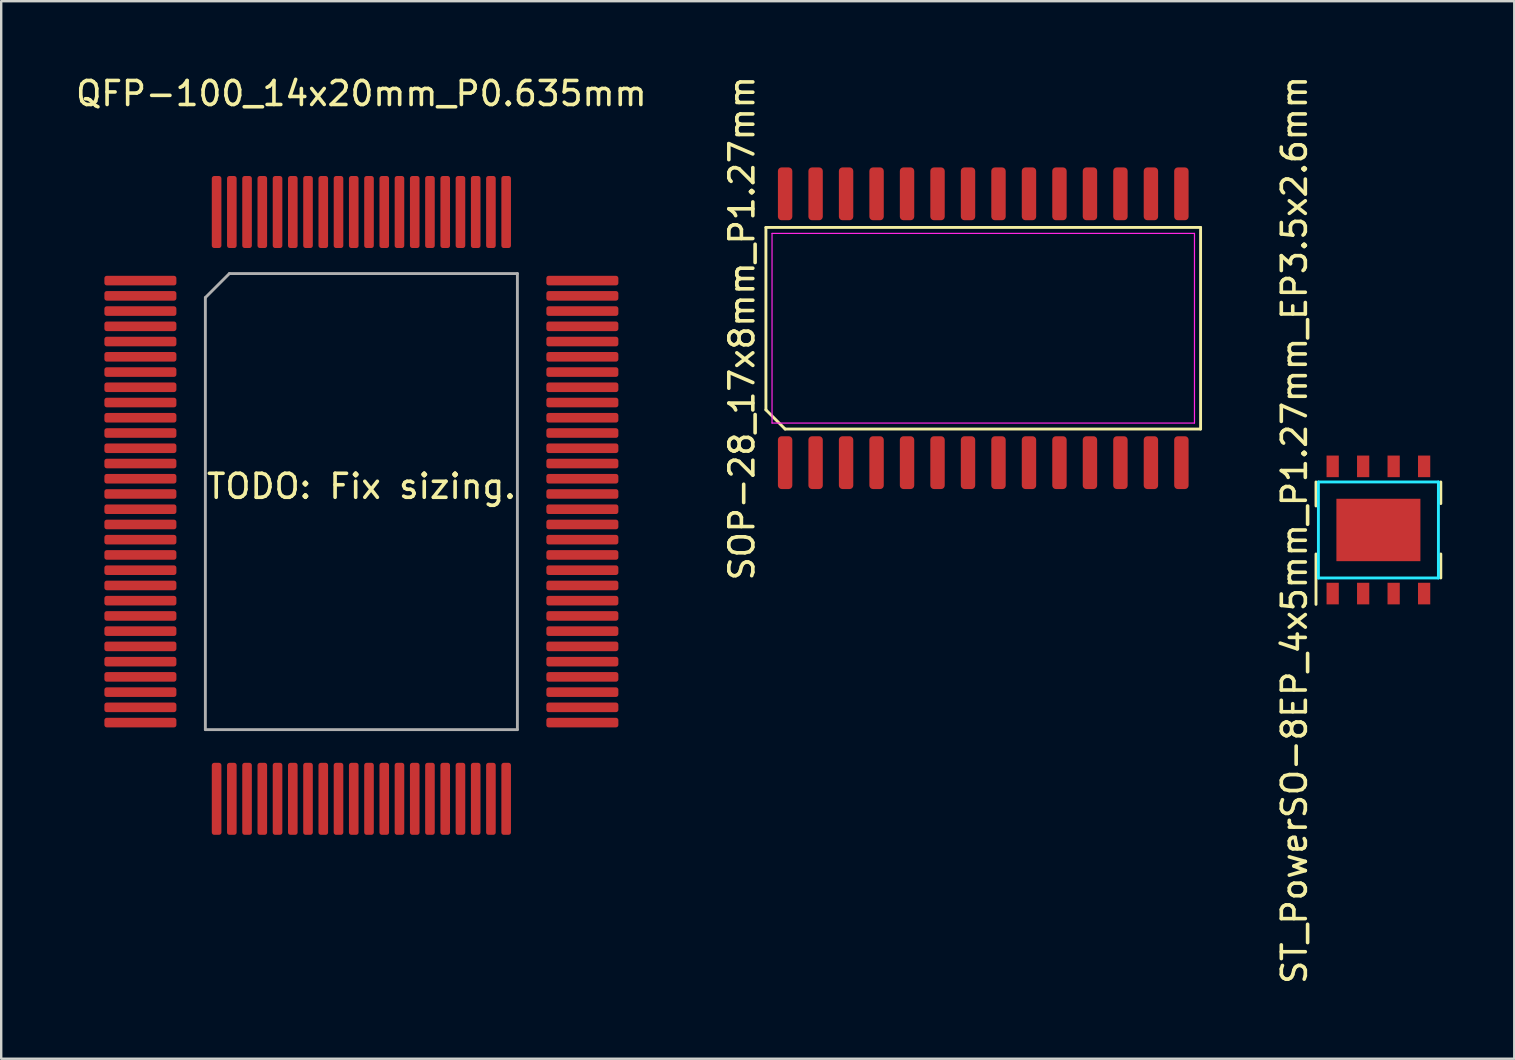
<source format=kicad_pcb>
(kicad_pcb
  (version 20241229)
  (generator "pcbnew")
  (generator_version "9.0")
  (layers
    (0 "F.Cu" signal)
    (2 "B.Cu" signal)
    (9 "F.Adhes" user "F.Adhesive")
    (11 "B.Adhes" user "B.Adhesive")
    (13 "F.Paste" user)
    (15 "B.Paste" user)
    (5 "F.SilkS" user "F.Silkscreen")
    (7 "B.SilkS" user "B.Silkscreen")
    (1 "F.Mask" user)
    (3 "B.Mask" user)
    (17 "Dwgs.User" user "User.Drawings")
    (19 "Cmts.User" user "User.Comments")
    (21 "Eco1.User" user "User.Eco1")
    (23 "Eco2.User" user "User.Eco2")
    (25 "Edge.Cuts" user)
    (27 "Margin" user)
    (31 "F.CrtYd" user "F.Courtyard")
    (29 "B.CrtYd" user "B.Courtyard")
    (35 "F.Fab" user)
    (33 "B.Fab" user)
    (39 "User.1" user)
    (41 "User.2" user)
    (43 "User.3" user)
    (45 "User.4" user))
  (footprint "ST_PowerSO-8EP_4x5mm_P1.27mm_EP3.5x2.6mm"
    (layer "F.Cu")
    (at 54.378 19.03)
    (property "Reference" "ST_PowerSO-8EP_4x5mm_P1.27mm_EP3.5x2.6mm" (at -3.5 0 90) (layer "F.SilkS") (effects (font (size 1 1) (thickness 0.15))))
    (attr through_hole)
    (fp_line (start -2.6 -2) (end -2.6 -1) (stroke (width 0.12) (type solid)) (layer "F.SilkS"))
    (fp_line (start -2.6 3.1) (end -2.6 1) (stroke (width 0.12) (type solid)) (layer "F.SilkS"))
    (fp_line (start 2.6 -2) (end 2.6 -1.1) (stroke (width 0.12) (type solid)) (layer "F.SilkS"))
    (fp_line (start 2.6 2) (end 2.6 1) (stroke (width 0.12) (type solid)) (layer "F.SilkS"))
    (fp_line (start -2.5 -2) (end -2.5 2) (stroke (width 0.12) (type solid)) (layer "B.CrtYd"))
    (fp_line (start -2.5 2) (end 2.5 2) (stroke (width 0.12) (type solid)) (layer "B.CrtYd"))
    (fp_line (start 2.5 -2) (end -2.5 -2) (stroke (width 0.12) (type solid)) (layer "B.CrtYd"))
    (fp_line (start 2.5 2) (end 2.5 -2) (stroke (width 0.12) (type solid)) (layer "B.CrtYd"))
    (pad "1" smd rect (at -1.905 2.65) (size 0.51 0.9) (layers "F.Cu" "F.Mask" "F.Paste"))
    (pad "2" smd rect (at -0.635 2.65) (size 0.51 0.9) (layers "F.Cu" "F.Mask" "F.Paste"))
    (pad "3" smd rect (at 0.635 2.65) (size 0.51 0.9) (layers "F.Cu" "F.Mask" "F.Paste"))
    (pad "4" smd rect (at 1.905 2.65) (size 0.51 0.9) (layers "F.Cu" "F.Mask" "F.Paste"))
    (pad "5" smd rect (at 1.905 -2.65) (size 0.51 0.9) (layers "F.Cu" "F.Mask" "F.Paste"))
    (pad "6" smd rect (at 0.635 -2.65) (size 0.51 0.9) (layers "F.Cu" "F.Mask" "F.Paste"))
    (pad "7" smd rect (at -0.635 -2.65) (size 0.51 0.9) (layers "F.Cu" "F.Mask" "F.Paste"))
    (pad "8" smd rect (at -1.905 -2.65) (size 0.51 0.9) (layers "F.Cu" "F.Mask" "F.Paste"))
    (pad "E" smd rect (at 0 0) (size 3.5 2.6) (layers "F.Cu" "F.Mask" "F.Paste")))
  (footprint "QFP-100_14x20mm_P0.635mm"
    (layer "F.Cu")
    (at 12.006 17.848)
    (property "Reference" "QFP-100_14x20mm_P0.635mm" (at 0 -17 0) (layer "F.SilkS") (effects (font (size 1 1) (thickness 0.15))))
    (attr through_hole)
    (fp_line (start -6.5 -8.5) (end -5.5 -9.5) (stroke (width 0.12) (type solid)) (layer "F.Fab"))
    (fp_line (start -6.5 9.5) (end -6.5 -8.5) (stroke (width 0.12) (type solid)) (layer "F.Fab"))
    (fp_line (start -5.5 -9.5) (end 6.5 -9.5) (stroke (width 0.12) (type solid)) (layer "F.Fab"))
    (fp_line (start 6.5 -9.5) (end 6.5 9.5) (stroke (width 0.12) (type solid)) (layer "F.Fab"))
    (fp_line (start 6.5 9.5) (end -6.5 9.5) (stroke (width 0.12) (type solid)) (layer "F.Fab"))
    (fp_text user "TODO: Fix sizing." (at 0 -0.635 0) (layer "F.SilkS") (effects (font (size 1 1) (thickness 0.15))))
    (pad "1" smd roundrect (at -9.207 -9.207) (size 3 0.4) (layers "F.Cu" "F.Mask" "F.Paste") (roundrect_rratio 0.25))
    (pad "2" smd roundrect (at -9.207 -8.572) (size 3 0.4) (layers "F.Cu" "F.Mask" "F.Paste") (roundrect_rratio 0.25))
    (pad "3" smd roundrect (at -9.207 -7.938) (size 3 0.4) (layers "F.Cu" "F.Mask" "F.Paste") (roundrect_rratio 0.25))
    (pad "4" smd roundrect (at -9.207 -7.303) (size 3 0.4) (layers "F.Cu" "F.Mask" "F.Paste") (roundrect_rratio 0.25))
    (pad "5" smd roundrect (at -9.207 -6.668) (size 3 0.4) (layers "F.Cu" "F.Mask" "F.Paste") (roundrect_rratio 0.25))
    (pad "6" smd roundrect (at -9.207 -6.032) (size 3 0.4) (layers "F.Cu" "F.Mask" "F.Paste") (roundrect_rratio 0.25))
    (pad "7" smd roundrect (at -9.207 -5.397) (size 3 0.4) (layers "F.Cu" "F.Mask" "F.Paste") (roundrect_rratio 0.25))
    (pad "8" smd roundrect (at -9.207 -4.763) (size 3 0.4) (layers "F.Cu" "F.Mask" "F.Paste") (roundrect_rratio 0.25))
    (pad "9" smd roundrect (at -9.207 -4.128) (size 3 0.4) (layers "F.Cu" "F.Mask" "F.Paste") (roundrect_rratio 0.25))
    (pad "10" smd roundrect (at -9.207 -3.493) (size 3 0.4) (layers "F.Cu" "F.Mask" "F.Paste") (roundrect_rratio 0.25))
    (pad "11" smd roundrect (at -9.207 -2.857) (size 3 0.4) (layers "F.Cu" "F.Mask" "F.Paste") (roundrect_rratio 0.25))
    (pad "12" smd roundrect (at -9.207 -2.223) (size 3 0.4) (layers "F.Cu" "F.Mask" "F.Paste") (roundrect_rratio 0.25))
    (pad "13" smd roundrect (at -9.207 -1.587) (size 3 0.4) (layers "F.Cu" "F.Mask" "F.Paste") (roundrect_rratio 0.25))
    (pad "14" smd roundrect (at -9.207 -0.953) (size 3 0.4) (layers "F.Cu" "F.Mask" "F.Paste") (roundrect_rratio 0.25))
    (pad "15" smd roundrect (at -9.207 -0.318) (size 3 0.4) (layers "F.Cu" "F.Mask" "F.Paste") (roundrect_rratio 0.25))
    (pad "16" smd roundrect (at -9.207 0.318) (size 3 0.4) (layers "F.Cu" "F.Mask" "F.Paste") (roundrect_rratio 0.25))
    (pad "17" smd roundrect (at -9.207 0.953) (size 3 0.4) (layers "F.Cu" "F.Mask" "F.Paste") (roundrect_rratio 0.25))
    (pad "18" smd roundrect (at -9.207 1.587) (size 3 0.4) (layers "F.Cu" "F.Mask" "F.Paste") (roundrect_rratio 0.25))
    (pad "19" smd roundrect (at -9.207 2.223) (size 3 0.4) (layers "F.Cu" "F.Mask" "F.Paste") (roundrect_rratio 0.25))
    (pad "20" smd roundrect (at -9.207 2.857) (size 3 0.4) (layers "F.Cu" "F.Mask" "F.Paste") (roundrect_rratio 0.25))
    (pad "21" smd roundrect (at -9.207 3.493) (size 3 0.4) (layers "F.Cu" "F.Mask" "F.Paste") (roundrect_rratio 0.25))
    (pad "22" smd roundrect (at -9.207 4.128) (size 3 0.4) (layers "F.Cu" "F.Mask" "F.Paste") (roundrect_rratio 0.25))
    (pad "23" smd roundrect (at -9.207 4.763) (size 3 0.4) (layers "F.Cu" "F.Mask" "F.Paste") (roundrect_rratio 0.25))
    (pad "24" smd roundrect (at -9.207 5.397) (size 3 0.4) (layers "F.Cu" "F.Mask" "F.Paste") (roundrect_rratio 0.25))
    (pad "25" smd roundrect (at -9.207 6.032) (size 3 0.4) (layers "F.Cu" "F.Mask" "F.Paste") (roundrect_rratio 0.25))
    (pad "26" smd roundrect (at -9.207 6.668) (size 3 0.4) (layers "F.Cu" "F.Mask" "F.Paste") (roundrect_rratio 0.25))
    (pad "27" smd roundrect (at -9.207 7.303) (size 3 0.4) (layers "F.Cu" "F.Mask" "F.Paste") (roundrect_rratio 0.25))
    (pad "28" smd roundrect (at -9.207 7.938) (size 3 0.4) (layers "F.Cu" "F.Mask" "F.Paste") (roundrect_rratio 0.25))
    (pad "29" smd roundrect (at -9.207 8.572) (size 3 0.4) (layers "F.Cu" "F.Mask" "F.Paste") (roundrect_rratio 0.25))
    (pad "30" smd roundrect (at -9.207 9.207) (size 3 0.4) (layers "F.Cu" "F.Mask" "F.Paste") (roundrect_rratio 0.25))
    (pad "31" smd roundrect (at -6.032 12.383) (size 0.4 3) (layers "F.Cu" "F.Mask" "F.Paste") (roundrect_rratio 0.25))
    (pad "32" smd roundrect (at -5.397 12.383) (size 0.4 3) (layers "F.Cu" "F.Mask" "F.Paste") (roundrect_rratio 0.25))
    (pad "33" smd roundrect (at -4.763 12.383) (size 0.4 3) (layers "F.Cu" "F.Mask" "F.Paste") (roundrect_rratio 0.25))
    (pad "34" smd roundrect (at -4.128 12.383) (size 0.4 3) (layers "F.Cu" "F.Mask" "F.Paste") (roundrect_rratio 0.25))
    (pad "35" smd roundrect (at -3.493 12.383) (size 0.4 3) (layers "F.Cu" "F.Mask" "F.Paste") (roundrect_rratio 0.25))
    (pad "36" smd roundrect (at -2.857 12.383) (size 0.4 3) (layers "F.Cu" "F.Mask" "F.Paste") (roundrect_rratio 0.25))
    (pad "37" smd roundrect (at -2.223 12.383) (size 0.4 3) (layers "F.Cu" "F.Mask" "F.Paste") (roundrect_rratio 0.25))
    (pad "38" smd roundrect (at -1.587 12.383) (size 0.4 3) (layers "F.Cu" "F.Mask" "F.Paste") (roundrect_rratio 0.25))
    (pad "39" smd roundrect (at -0.953 12.383) (size 0.4 3) (layers "F.Cu" "F.Mask" "F.Paste") (roundrect_rratio 0.25))
    (pad "40" smd roundrect (at -0.318 12.383) (size 0.4 3) (layers "F.Cu" "F.Mask" "F.Paste") (roundrect_rratio 0.25))
    (pad "41" smd roundrect (at 0.318 12.383) (size 0.4 3) (layers "F.Cu" "F.Mask" "F.Paste") (roundrect_rratio 0.25))
    (pad "42" smd roundrect (at 0.953 12.383) (size 0.4 3) (layers "F.Cu" "F.Mask" "F.Paste") (roundrect_rratio 0.25))
    (pad "43" smd roundrect (at 1.587 12.383) (size 0.4 3) (layers "F.Cu" "F.Mask" "F.Paste") (roundrect_rratio 0.25))
    (pad "44" smd roundrect (at 2.223 12.383) (size 0.4 3) (layers "F.Cu" "F.Mask" "F.Paste") (roundrect_rratio 0.25))
    (pad "45" smd roundrect (at 2.857 12.383) (size 0.4 3) (layers "F.Cu" "F.Mask" "F.Paste") (roundrect_rratio 0.25))
    (pad "46" smd roundrect (at 3.493 12.383) (size 0.4 3) (layers "F.Cu" "F.Mask" "F.Paste") (roundrect_rratio 0.25))
    (pad "47" smd roundrect (at 4.128 12.383) (size 0.4 3) (layers "F.Cu" "F.Mask" "F.Paste") (roundrect_rratio 0.25))
    (pad "48" smd roundrect (at 4.763 12.383) (size 0.4 3) (layers "F.Cu" "F.Mask" "F.Paste") (roundrect_rratio 0.25))
    (pad "49" smd roundrect (at 5.397 12.383) (size 0.4 3) (layers "F.Cu" "F.Mask" "F.Paste") (roundrect_rratio 0.25))
    (pad "50" smd roundrect (at 6.032 12.383) (size 0.4 3) (layers "F.Cu" "F.Mask" "F.Paste") (roundrect_rratio 0.25))
    (pad "51" smd roundrect (at 9.207 9.207) (size 3 0.4) (layers "F.Cu" "F.Mask" "F.Paste") (roundrect_rratio 0.25))
    (pad "52" smd roundrect (at 9.207 8.572) (size 3 0.4) (layers "F.Cu" "F.Mask" "F.Paste") (roundrect_rratio 0.25))
    (pad "53" smd roundrect (at 9.207 7.938) (size 3 0.4) (layers "F.Cu" "F.Mask" "F.Paste") (roundrect_rratio 0.25))
    (pad "54" smd roundrect (at 9.207 7.303) (size 3 0.4) (layers "F.Cu" "F.Mask" "F.Paste") (roundrect_rratio 0.25))
    (pad "55" smd roundrect (at 9.207 6.668) (size 3 0.4) (layers "F.Cu" "F.Mask" "F.Paste") (roundrect_rratio 0.25))
    (pad "56" smd roundrect (at 9.207 6.032) (size 3 0.4) (layers "F.Cu" "F.Mask" "F.Paste") (roundrect_rratio 0.25))
    (pad "57" smd roundrect (at 9.207 5.397) (size 3 0.4) (layers "F.Cu" "F.Mask" "F.Paste") (roundrect_rratio 0.25))
    (pad "58" smd roundrect (at 9.207 4.763) (size 3 0.4) (layers "F.Cu" "F.Mask" "F.Paste") (roundrect_rratio 0.25))
    (pad "59" smd roundrect (at 9.207 4.128) (size 3 0.4) (layers "F.Cu" "F.Mask" "F.Paste") (roundrect_rratio 0.25))
    (pad "60" smd roundrect (at 9.207 3.493) (size 3 0.4) (layers "F.Cu" "F.Mask" "F.Paste") (roundrect_rratio 0.25))
    (pad "61" smd roundrect (at 9.207 2.857) (size 3 0.4) (layers "F.Cu" "F.Mask" "F.Paste") (roundrect_rratio 0.25))
    (pad "62" smd roundrect (at 9.207 2.223) (size 3 0.4) (layers "F.Cu" "F.Mask" "F.Paste") (roundrect_rratio 0.25))
    (pad "63" smd roundrect (at 9.207 1.587) (size 3 0.4) (layers "F.Cu" "F.Mask" "F.Paste") (roundrect_rratio 0.25))
    (pad "64" smd roundrect (at 9.207 0.953) (size 3 0.4) (layers "F.Cu" "F.Mask" "F.Paste") (roundrect_rratio 0.25))
    (pad "65" smd roundrect (at 9.207 0.318) (size 3 0.4) (layers "F.Cu" "F.Mask" "F.Paste") (roundrect_rratio 0.25))
    (pad "66" smd roundrect (at 9.207 -0.318) (size 3 0.4) (layers "F.Cu" "F.Mask" "F.Paste") (roundrect_rratio 0.25))
    (pad "67" smd roundrect (at 9.207 -0.953) (size 3 0.4) (layers "F.Cu" "F.Mask" "F.Paste") (roundrect_rratio 0.25))
    (pad "68" smd roundrect (at 9.207 -1.587) (size 3 0.4) (layers "F.Cu" "F.Mask" "F.Paste") (roundrect_rratio 0.25))
    (pad "69" smd roundrect (at 9.207 -2.223) (size 3 0.4) (layers "F.Cu" "F.Mask" "F.Paste") (roundrect_rratio 0.25))
    (pad "70" smd roundrect (at 9.207 -2.857) (size 3 0.4) (layers "F.Cu" "F.Mask" "F.Paste") (roundrect_rratio 0.25))
    (pad "71" smd roundrect (at 9.207 -3.493) (size 3 0.4) (layers "F.Cu" "F.Mask" "F.Paste") (roundrect_rratio 0.25))
    (pad "72" smd roundrect (at 9.207 -4.128) (size 3 0.4) (layers "F.Cu" "F.Mask" "F.Paste") (roundrect_rratio 0.25))
    (pad "73" smd roundrect (at 9.207 -4.763) (size 3 0.4) (layers "F.Cu" "F.Mask" "F.Paste") (roundrect_rratio 0.25))
    (pad "74" smd roundrect (at 9.207 -5.397) (size 3 0.4) (layers "F.Cu" "F.Mask" "F.Paste") (roundrect_rratio 0.25))
    (pad "75" smd roundrect (at 9.207 -6.032) (size 3 0.4) (layers "F.Cu" "F.Mask" "F.Paste") (roundrect_rratio 0.25))
    (pad "76" smd roundrect (at 9.207 -6.668) (size 3 0.4) (layers "F.Cu" "F.Mask" "F.Paste") (roundrect_rratio 0.25))
    (pad "77" smd roundrect (at 9.207 -7.303) (size 3 0.4) (layers "F.Cu" "F.Mask" "F.Paste") (roundrect_rratio 0.25))
    (pad "78" smd roundrect (at 9.207 -7.938) (size 3 0.4) (layers "F.Cu" "F.Mask" "F.Paste") (roundrect_rratio 0.25))
    (pad "79" smd roundrect (at 9.207 -8.572) (size 3 0.4) (layers "F.Cu" "F.Mask" "F.Paste") (roundrect_rratio 0.25))
    (pad "80" smd roundrect (at 9.207 -9.207) (size 3 0.4) (layers "F.Cu" "F.Mask" "F.Paste") (roundrect_rratio 0.25))
    (pad "81" smd roundrect (at 6.032 -12.065) (size 0.4 3) (layers "F.Cu" "F.Mask" "F.Paste") (roundrect_rratio 0.25))
    (pad "82" smd roundrect (at 5.397 -12.065) (size 0.4 3) (layers "F.Cu" "F.Mask" "F.Paste") (roundrect_rratio 0.25))
    (pad "83" smd roundrect (at 4.763 -12.065) (size 0.4 3) (layers "F.Cu" "F.Mask" "F.Paste") (roundrect_rratio 0.25))
    (pad "84" smd roundrect (at 4.128 -12.065) (size 0.4 3) (layers "F.Cu" "F.Mask" "F.Paste") (roundrect_rratio 0.25))
    (pad "85" smd roundrect (at 3.493 -12.065) (size 0.4 3) (layers "F.Cu" "F.Mask" "F.Paste") (roundrect_rratio 0.25))
    (pad "86" smd roundrect (at 2.857 -12.065) (size 0.4 3) (layers "F.Cu" "F.Mask" "F.Paste") (roundrect_rratio 0.25))
    (pad "87" smd roundrect (at 2.223 -12.065) (size 0.4 3) (layers "F.Cu" "F.Mask" "F.Paste") (roundrect_rratio 0.25))
    (pad "88" smd roundrect (at 1.587 -12.065) (size 0.4 3) (layers "F.Cu" "F.Mask" "F.Paste") (roundrect_rratio 0.25))
    (pad "89" smd roundrect (at 0.953 -12.065) (size 0.4 3) (layers "F.Cu" "F.Mask" "F.Paste") (roundrect_rratio 0.25))
    (pad "90" smd roundrect (at 0.318 -12.065) (size 0.4 3) (layers "F.Cu" "F.Mask" "F.Paste") (roundrect_rratio 0.25))
    (pad "91" smd roundrect (at -0.318 -12.065) (size 0.4 3) (layers "F.Cu" "F.Mask" "F.Paste") (roundrect_rratio 0.25))
    (pad "92" smd roundrect (at -0.953 -12.065) (size 0.4 3) (layers "F.Cu" "F.Mask" "F.Paste") (roundrect_rratio 0.25))
    (pad "93" smd roundrect (at -1.587 -12.065) (size 0.4 3) (layers "F.Cu" "F.Mask" "F.Paste") (roundrect_rratio 0.25))
    (pad "94" smd roundrect (at -2.223 -12.065) (size 0.4 3) (layers "F.Cu" "F.Mask" "F.Paste") (roundrect_rratio 0.25))
    (pad "95" smd roundrect (at -2.857 -12.065) (size 0.4 3) (layers "F.Cu" "F.Mask" "F.Paste") (roundrect_rratio 0.25))
    (pad "96" smd roundrect (at -3.493 -12.065) (size 0.4 3) (layers "F.Cu" "F.Mask" "F.Paste") (roundrect_rratio 0.25))
    (pad "97" smd roundrect (at -4.128 -12.065) (size 0.4 3) (layers "F.Cu" "F.Mask" "F.Paste") (roundrect_rratio 0.25))
    (pad "98" smd roundrect (at -4.763 -12.065) (size 0.4 3) (layers "F.Cu" "F.Mask" "F.Paste") (roundrect_rratio 0.25))
    (pad "99" smd roundrect (at -5.397 -12.065) (size 0.4 3) (layers "F.Cu" "F.Mask" "F.Paste") (roundrect_rratio 0.25))
    (pad "100" smd roundrect (at -6.032 -12.065) (size 0.4 3) (layers "F.Cu" "F.Mask" "F.Paste") (roundrect_rratio 0.25)))
  (footprint "SOP-28_17x8mm_P1.27mm"
    (layer "F.Cu")
    (at 37.915 10.625)
    (property "Reference" "SOP-28_17x8mm_P1.27mm" (at -10.055 0 90) (layer "F.SilkS") (effects (font (size 1 1) (thickness 0.15))))
    (attr smd)
    (fp_line (start -9.055 -4.2) (end 9.055 -4.2) (stroke (width 0.12) (type solid)) (layer "F.SilkS"))
    (fp_line (start -9.055 3.4) (end -9.055 -4.2) (stroke (width 0.12) (type solid)) (layer "F.SilkS"))
    (fp_line (start -8.255 4.2) (end -9.055 3.4) (stroke (width 0.12) (type solid)) (layer "F.SilkS"))
    (fp_line (start 9.055 -4.2) (end 9.055 4.2) (stroke (width 0.12) (type solid)) (layer "F.SilkS"))
    (fp_line (start 9.055 4.2) (end -8.255 4.2) (stroke (width 0.12) (type solid)) (layer "F.SilkS"))
    (fp_line (start -8.8 -3.95) (end 8.8 -3.95) (stroke (width 0.05) (type solid)) (layer "F.CrtYd"))
    (fp_line (start -8.8 3.95) (end -8.8 -3.95) (stroke (width 0.05) (type solid)) (layer "F.CrtYd"))
    (fp_line (start 8.8 -3.95) (end 8.8 3.95) (stroke (width 0.05) (type solid)) (layer "F.CrtYd"))
    (fp_line (start 8.8 3.95) (end -8.8 3.95) (stroke (width 0.05) (type solid)) (layer "F.CrtYd"))
    (pad "1" smd roundrect (at -8.255 5.6) (size 0.6 2.2) (layers "F.Cu" "F.Mask" "F.Paste") (roundrect_rratio 0.25))
    (pad "2" smd roundrect (at -6.985 5.6) (size 0.6 2.2) (layers "F.Cu" "F.Mask" "F.Paste") (roundrect_rratio 0.25))
    (pad "3" smd roundrect (at -5.715 5.6) (size 0.6 2.2) (layers "F.Cu" "F.Mask" "F.Paste") (roundrect_rratio 0.25))
    (pad "4" smd roundrect (at -4.445 5.6) (size 0.6 2.2) (layers "F.Cu" "F.Mask" "F.Paste") (roundrect_rratio 0.25))
    (pad "5" smd roundrect (at -3.175 5.6) (size 0.6 2.2) (layers "F.Cu" "F.Mask" "F.Paste") (roundrect_rratio 0.25))
    (pad "6" smd roundrect (at -1.905 5.6) (size 0.6 2.2) (layers "F.Cu" "F.Mask" "F.Paste") (roundrect_rratio 0.25))
    (pad "7" smd roundrect (at -0.635 5.6) (size 0.6 2.2) (layers "F.Cu" "F.Mask" "F.Paste") (roundrect_rratio 0.25))
    (pad "8" smd roundrect (at 0.635 5.6) (size 0.6 2.2) (layers "F.Cu" "F.Mask" "F.Paste") (roundrect_rratio 0.25))
    (pad "9" smd roundrect (at 1.905 5.6) (size 0.6 2.2) (layers "F.Cu" "F.Mask" "F.Paste") (roundrect_rratio 0.25))
    (pad "10" smd roundrect (at 3.175 5.6) (size 0.6 2.2) (layers "F.Cu" "F.Mask" "F.Paste") (roundrect_rratio 0.25))
    (pad "11" smd roundrect (at 4.445 5.6) (size 0.6 2.2) (layers "F.Cu" "F.Mask" "F.Paste") (roundrect_rratio 0.25))
    (pad "12" smd roundrect (at 5.715 5.6) (size 0.6 2.2) (layers "F.Cu" "F.Mask" "F.Paste") (roundrect_rratio 0.25))
    (pad "13" smd roundrect (at 6.985 5.6) (size 0.6 2.2) (layers "F.Cu" "F.Mask" "F.Paste") (roundrect_rratio 0.25))
    (pad "14" smd roundrect (at 8.255 5.6) (size 0.6 2.2) (layers "F.Cu" "F.Mask" "F.Paste") (roundrect_rratio 0.25))
    (pad "15" smd roundrect (at 8.255 -5.6) (size 0.6 2.2) (layers "F.Cu" "F.Mask" "F.Paste") (roundrect_rratio 0.25))
    (pad "16" smd roundrect (at 6.985 -5.6) (size 0.6 2.2) (layers "F.Cu" "F.Mask" "F.Paste") (roundrect_rratio 0.25))
    (pad "17" smd roundrect (at 5.715 -5.6) (size 0.6 2.2) (layers "F.Cu" "F.Mask" "F.Paste") (roundrect_rratio 0.25))
    (pad "18" smd roundrect (at 4.445 -5.6) (size 0.6 2.2) (layers "F.Cu" "F.Mask" "F.Paste") (roundrect_rratio 0.25))
    (pad "19" smd roundrect (at 3.175 -5.6) (size 0.6 2.2) (layers "F.Cu" "F.Mask" "F.Paste") (roundrect_rratio 0.25))
    (pad "20" smd roundrect (at 1.905 -5.6) (size 0.6 2.2) (layers "F.Cu" "F.Mask" "F.Paste") (roundrect_rratio 0.25))
    (pad "21" smd roundrect (at 0.635 -5.6) (size 0.6 2.2) (layers "F.Cu" "F.Mask" "F.Paste") (roundrect_rratio 0.25))
    (pad "22" smd roundrect (at -0.635 -5.6) (size 0.6 2.2) (layers "F.Cu" "F.Mask" "F.Paste") (roundrect_rratio 0.25))
    (pad "23" smd roundrect (at -1.905 -5.6) (size 0.6 2.2) (layers "F.Cu" "F.Mask" "F.Paste") (roundrect_rratio 0.25))
    (pad "24" smd roundrect (at -3.175 -5.6) (size 0.6 2.2) (layers "F.Cu" "F.Mask" "F.Paste") (roundrect_rratio 0.25))
    (pad "25" smd roundrect (at -4.445 -5.6) (size 0.6 2.2) (layers "F.Cu" "F.Mask" "F.Paste") (roundrect_rratio 0.25))
    (pad "26" smd roundrect (at -5.715 -5.6) (size 0.6 2.2) (layers "F.Cu" "F.Mask" "F.Paste") (roundrect_rratio 0.25))
    (pad "27" smd roundrect (at -6.985 -5.6) (size 0.6 2.2) (layers "F.Cu" "F.Mask" "F.Paste") (roundrect_rratio 0.25))
    (pad "28" smd roundrect (at -8.255 -5.6) (size 0.6 2.2) (layers "F.Cu" "F.Mask" "F.Paste") (roundrect_rratio 0.25)))
  (gr_rect
    (start -3 -3)
    (end 60.038 41.06)
    (stroke (width 0.1) (type default))
    (fill no)
    (layer "Edge.Cuts")))
</source>
